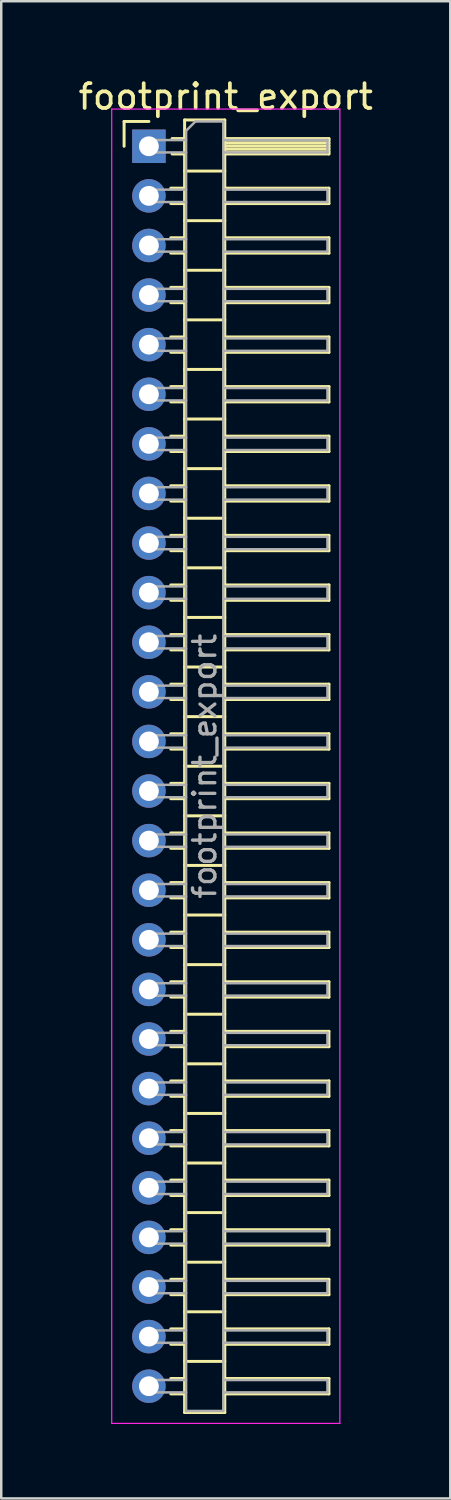
<source format=kicad_pcb>
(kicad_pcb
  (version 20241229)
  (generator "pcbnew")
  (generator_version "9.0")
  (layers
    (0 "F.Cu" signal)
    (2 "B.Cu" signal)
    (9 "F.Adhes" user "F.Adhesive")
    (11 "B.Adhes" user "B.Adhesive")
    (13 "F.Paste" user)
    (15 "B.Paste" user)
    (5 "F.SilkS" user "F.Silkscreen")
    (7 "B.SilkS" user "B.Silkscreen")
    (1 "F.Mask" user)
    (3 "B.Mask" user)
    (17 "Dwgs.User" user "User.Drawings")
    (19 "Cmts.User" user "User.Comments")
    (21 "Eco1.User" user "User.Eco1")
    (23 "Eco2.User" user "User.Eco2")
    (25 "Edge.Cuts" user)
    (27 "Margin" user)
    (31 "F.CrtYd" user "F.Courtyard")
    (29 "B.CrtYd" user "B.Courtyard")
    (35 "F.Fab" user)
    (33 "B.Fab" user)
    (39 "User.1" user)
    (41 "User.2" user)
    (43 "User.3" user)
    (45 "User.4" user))
  (footprint "footprint_export"
    (layer "F.Cu")
    (at 2.954 2.848)
    (property "Reference" "footprint_export" (at 3.1 -2 0) (layer "F.SilkS") (effects (font (size 1 1) (thickness 0.15))))
    (attr through_hole)
    (fp_line (start -1 -1) (end 0 -1) (stroke (width 0.12) (type solid)) (layer "F.SilkS"))
    (fp_line (start -1 0) (end -1 -1) (stroke (width 0.12) (type solid)) (layer "F.SilkS"))
    (fp_line (start 0.882 1.69) (end 1.44 1.69) (stroke (width 0.12) (type solid)) (layer "F.SilkS"))
    (fp_line (start 0.882 2.31) (end 1.44 2.31) (stroke (width 0.12) (type solid)) (layer "F.SilkS"))
    (fp_line (start 0.882 3.69) (end 1.44 3.69) (stroke (width 0.12) (type solid)) (layer "F.SilkS"))
    (fp_line (start 0.882 4.31) (end 1.44 4.31) (stroke (width 0.12) (type solid)) (layer "F.SilkS"))
    (fp_line (start 0.882 5.69) (end 1.44 5.69) (stroke (width 0.12) (type solid)) (layer "F.SilkS"))
    (fp_line (start 0.882 6.31) (end 1.44 6.31) (stroke (width 0.12) (type solid)) (layer "F.SilkS"))
    (fp_line (start 0.882 7.69) (end 1.44 7.69) (stroke (width 0.12) (type solid)) (layer "F.SilkS"))
    (fp_line (start 0.882 8.31) (end 1.44 8.31) (stroke (width 0.12) (type solid)) (layer "F.SilkS"))
    (fp_line (start 0.882 9.69) (end 1.44 9.69) (stroke (width 0.12) (type solid)) (layer "F.SilkS"))
    (fp_line (start 0.882 10.31) (end 1.44 10.31) (stroke (width 0.12) (type solid)) (layer "F.SilkS"))
    (fp_line (start 0.882 11.69) (end 1.44 11.69) (stroke (width 0.12) (type solid)) (layer "F.SilkS"))
    (fp_line (start 0.882 12.31) (end 1.44 12.31) (stroke (width 0.12) (type solid)) (layer "F.SilkS"))
    (fp_line (start 0.882 13.69) (end 1.44 13.69) (stroke (width 0.12) (type solid)) (layer "F.SilkS"))
    (fp_line (start 0.882 14.31) (end 1.44 14.31) (stroke (width 0.12) (type solid)) (layer "F.SilkS"))
    (fp_line (start 0.882 15.69) (end 1.44 15.69) (stroke (width 0.12) (type solid)) (layer "F.SilkS"))
    (fp_line (start 0.882 16.31) (end 1.44 16.31) (stroke (width 0.12) (type solid)) (layer "F.SilkS"))
    (fp_line (start 0.882 17.69) (end 1.44 17.69) (stroke (width 0.12) (type solid)) (layer "F.SilkS"))
    (fp_line (start 0.882 18.31) (end 1.44 18.31) (stroke (width 0.12) (type solid)) (layer "F.SilkS"))
    (fp_line (start 0.882 19.69) (end 1.44 19.69) (stroke (width 0.12) (type solid)) (layer "F.SilkS"))
    (fp_line (start 0.882 20.31) (end 1.44 20.31) (stroke (width 0.12) (type solid)) (layer "F.SilkS"))
    (fp_line (start 0.882 21.69) (end 1.44 21.69) (stroke (width 0.12) (type solid)) (layer "F.SilkS"))
    (fp_line (start 0.882 22.31) (end 1.44 22.31) (stroke (width 0.12) (type solid)) (layer "F.SilkS"))
    (fp_line (start 0.882 23.69) (end 1.44 23.69) (stroke (width 0.12) (type solid)) (layer "F.SilkS"))
    (fp_line (start 0.882 24.31) (end 1.44 24.31) (stroke (width 0.12) (type solid)) (layer "F.SilkS"))
    (fp_line (start 0.882 25.69) (end 1.44 25.69) (stroke (width 0.12) (type solid)) (layer "F.SilkS"))
    (fp_line (start 0.882 26.31) (end 1.44 26.31) (stroke (width 0.12) (type solid)) (layer "F.SilkS"))
    (fp_line (start 0.882 27.69) (end 1.44 27.69) (stroke (width 0.12) (type solid)) (layer "F.SilkS"))
    (fp_line (start 0.882 28.31) (end 1.44 28.31) (stroke (width 0.12) (type solid)) (layer "F.SilkS"))
    (fp_line (start 0.882 29.69) (end 1.44 29.69) (stroke (width 0.12) (type solid)) (layer "F.SilkS"))
    (fp_line (start 0.882 30.31) (end 1.44 30.31) (stroke (width 0.12) (type solid)) (layer "F.SilkS"))
    (fp_line (start 0.882 31.69) (end 1.44 31.69) (stroke (width 0.12) (type solid)) (layer "F.SilkS"))
    (fp_line (start 0.882 32.31) (end 1.44 32.31) (stroke (width 0.12) (type solid)) (layer "F.SilkS"))
    (fp_line (start 0.882 33.69) (end 1.44 33.69) (stroke (width 0.12) (type solid)) (layer "F.SilkS"))
    (fp_line (start 0.882 34.31) (end 1.44 34.31) (stroke (width 0.12) (type solid)) (layer "F.SilkS"))
    (fp_line (start 0.882 35.69) (end 1.44 35.69) (stroke (width 0.12) (type solid)) (layer "F.SilkS"))
    (fp_line (start 0.882 36.31) (end 1.44 36.31) (stroke (width 0.12) (type solid)) (layer "F.SilkS"))
    (fp_line (start 0.882 37.69) (end 1.44 37.69) (stroke (width 0.12) (type solid)) (layer "F.SilkS"))
    (fp_line (start 0.882 38.31) (end 1.44 38.31) (stroke (width 0.12) (type solid)) (layer "F.SilkS"))
    (fp_line (start 0.882 39.69) (end 1.44 39.69) (stroke (width 0.12) (type solid)) (layer "F.SilkS"))
    (fp_line (start 0.882 40.31) (end 1.44 40.31) (stroke (width 0.12) (type solid)) (layer "F.SilkS"))
    (fp_line (start 0.882 41.69) (end 1.44 41.69) (stroke (width 0.12) (type solid)) (layer "F.SilkS"))
    (fp_line (start 0.882 42.31) (end 1.44 42.31) (stroke (width 0.12) (type solid)) (layer "F.SilkS"))
    (fp_line (start 0.882 43.69) (end 1.44 43.69) (stroke (width 0.12) (type solid)) (layer "F.SilkS"))
    (fp_line (start 0.882 44.31) (end 1.44 44.31) (stroke (width 0.12) (type solid)) (layer "F.SilkS"))
    (fp_line (start 0.882 45.69) (end 1.44 45.69) (stroke (width 0.12) (type solid)) (layer "F.SilkS"))
    (fp_line (start 0.882 46.31) (end 1.44 46.31) (stroke (width 0.12) (type solid)) (layer "F.SilkS"))
    (fp_line (start 0.882 47.69) (end 1.44 47.69) (stroke (width 0.12) (type solid)) (layer "F.SilkS"))
    (fp_line (start 0.882 48.31) (end 1.44 48.31) (stroke (width 0.12) (type solid)) (layer "F.SilkS"))
    (fp_line (start 0.882 49.69) (end 1.44 49.69) (stroke (width 0.12) (type solid)) (layer "F.SilkS"))
    (fp_line (start 0.882 50.31) (end 1.44 50.31) (stroke (width 0.12) (type solid)) (layer "F.SilkS"))
    (fp_line (start 0.935 -0.31) (end 1.44 -0.31) (stroke (width 0.12) (type solid)) (layer "F.SilkS"))
    (fp_line (start 0.935 0.31) (end 1.44 0.31) (stroke (width 0.12) (type solid)) (layer "F.SilkS"))
    (fp_line (start 1.44 -1.06) (end 1.44 51.06) (stroke (width 0.12) (type solid)) (layer "F.SilkS"))
    (fp_line (start 1.44 1) (end 3.06 1) (stroke (width 0.12) (type solid)) (layer "F.SilkS"))
    (fp_line (start 1.44 3) (end 3.06 3) (stroke (width 0.12) (type solid)) (layer "F.SilkS"))
    (fp_line (start 1.44 5) (end 3.06 5) (stroke (width 0.12) (type solid)) (layer "F.SilkS"))
    (fp_line (start 1.44 7) (end 3.06 7) (stroke (width 0.12) (type solid)) (layer "F.SilkS"))
    (fp_line (start 1.44 9) (end 3.06 9) (stroke (width 0.12) (type solid)) (layer "F.SilkS"))
    (fp_line (start 1.44 11) (end 3.06 11) (stroke (width 0.12) (type solid)) (layer "F.SilkS"))
    (fp_line (start 1.44 13) (end 3.06 13) (stroke (width 0.12) (type solid)) (layer "F.SilkS"))
    (fp_line (start 1.44 15) (end 3.06 15) (stroke (width 0.12) (type solid)) (layer "F.SilkS"))
    (fp_line (start 1.44 17) (end 3.06 17) (stroke (width 0.12) (type solid)) (layer "F.SilkS"))
    (fp_line (start 1.44 19) (end 3.06 19) (stroke (width 0.12) (type solid)) (layer "F.SilkS"))
    (fp_line (start 1.44 21) (end 3.06 21) (stroke (width 0.12) (type solid)) (layer "F.SilkS"))
    (fp_line (start 1.44 23) (end 3.06 23) (stroke (width 0.12) (type solid)) (layer "F.SilkS"))
    (fp_line (start 1.44 25) (end 3.06 25) (stroke (width 0.12) (type solid)) (layer "F.SilkS"))
    (fp_line (start 1.44 27) (end 3.06 27) (stroke (width 0.12) (type solid)) (layer "F.SilkS"))
    (fp_line (start 1.44 29) (end 3.06 29) (stroke (width 0.12) (type solid)) (layer "F.SilkS"))
    (fp_line (start 1.44 31) (end 3.06 31) (stroke (width 0.12) (type solid)) (layer "F.SilkS"))
    (fp_line (start 1.44 33) (end 3.06 33) (stroke (width 0.12) (type solid)) (layer "F.SilkS"))
    (fp_line (start 1.44 35) (end 3.06 35) (stroke (width 0.12) (type solid)) (layer "F.SilkS"))
    (fp_line (start 1.44 37) (end 3.06 37) (stroke (width 0.12) (type solid)) (layer "F.SilkS"))
    (fp_line (start 1.44 39) (end 3.06 39) (stroke (width 0.12) (type solid)) (layer "F.SilkS"))
    (fp_line (start 1.44 41) (end 3.06 41) (stroke (width 0.12) (type solid)) (layer "F.SilkS"))
    (fp_line (start 1.44 43) (end 3.06 43) (stroke (width 0.12) (type solid)) (layer "F.SilkS"))
    (fp_line (start 1.44 45) (end 3.06 45) (stroke (width 0.12) (type solid)) (layer "F.SilkS"))
    (fp_line (start 1.44 47) (end 3.06 47) (stroke (width 0.12) (type solid)) (layer "F.SilkS"))
    (fp_line (start 1.44 49) (end 3.06 49) (stroke (width 0.12) (type solid)) (layer "F.SilkS"))
    (fp_line (start 1.44 51.06) (end 3.06 51.06) (stroke (width 0.12) (type solid)) (layer "F.SilkS"))
    (fp_line (start 3.06 -1.06) (end 1.44 -1.06) (stroke (width 0.12) (type solid)) (layer "F.SilkS"))
    (fp_line (start 3.06 -0.31) (end 7.26 -0.31) (stroke (width 0.12) (type solid)) (layer "F.SilkS"))
    (fp_line (start 3.06 -0.25) (end 7.26 -0.25) (stroke (width 0.12) (type solid)) (layer "F.SilkS"))
    (fp_line (start 3.06 -0.13) (end 7.26 -0.13) (stroke (width 0.12) (type solid)) (layer "F.SilkS"))
    (fp_line (start 3.06 -0.01) (end 7.26 -0.01) (stroke (width 0.12) (type solid)) (layer "F.SilkS"))
    (fp_line (start 3.06 0.11) (end 7.26 0.11) (stroke (width 0.12) (type solid)) (layer "F.SilkS"))
    (fp_line (start 3.06 0.23) (end 7.26 0.23) (stroke (width 0.12) (type solid)) (layer "F.SilkS"))
    (fp_line (start 3.06 1.69) (end 7.26 1.69) (stroke (width 0.12) (type solid)) (layer "F.SilkS"))
    (fp_line (start 3.06 3.69) (end 7.26 3.69) (stroke (width 0.12) (type solid)) (layer "F.SilkS"))
    (fp_line (start 3.06 5.69) (end 7.26 5.69) (stroke (width 0.12) (type solid)) (layer "F.SilkS"))
    (fp_line (start 3.06 7.69) (end 7.26 7.69) (stroke (width 0.12) (type solid)) (layer "F.SilkS"))
    (fp_line (start 3.06 9.69) (end 7.26 9.69) (stroke (width 0.12) (type solid)) (layer "F.SilkS"))
    (fp_line (start 3.06 11.69) (end 7.26 11.69) (stroke (width 0.12) (type solid)) (layer "F.SilkS"))
    (fp_line (start 3.06 13.69) (end 7.26 13.69) (stroke (width 0.12) (type solid)) (layer "F.SilkS"))
    (fp_line (start 3.06 15.69) (end 7.26 15.69) (stroke (width 0.12) (type solid)) (layer "F.SilkS"))
    (fp_line (start 3.06 17.69) (end 7.26 17.69) (stroke (width 0.12) (type solid)) (layer "F.SilkS"))
    (fp_line (start 3.06 19.69) (end 7.26 19.69) (stroke (width 0.12) (type solid)) (layer "F.SilkS"))
    (fp_line (start 3.06 21.69) (end 7.26 21.69) (stroke (width 0.12) (type solid)) (layer "F.SilkS"))
    (fp_line (start 3.06 23.69) (end 7.26 23.69) (stroke (width 0.12) (type solid)) (layer "F.SilkS"))
    (fp_line (start 3.06 25.69) (end 7.26 25.69) (stroke (width 0.12) (type solid)) (layer "F.SilkS"))
    (fp_line (start 3.06 27.69) (end 7.26 27.69) (stroke (width 0.12) (type solid)) (layer "F.SilkS"))
    (fp_line (start 3.06 29.69) (end 7.26 29.69) (stroke (width 0.12) (type solid)) (layer "F.SilkS"))
    (fp_line (start 3.06 31.69) (end 7.26 31.69) (stroke (width 0.12) (type solid)) (layer "F.SilkS"))
    (fp_line (start 3.06 33.69) (end 7.26 33.69) (stroke (width 0.12) (type solid)) (layer "F.SilkS"))
    (fp_line (start 3.06 35.69) (end 7.26 35.69) (stroke (width 0.12) (type solid)) (layer "F.SilkS"))
    (fp_line (start 3.06 37.69) (end 7.26 37.69) (stroke (width 0.12) (type solid)) (layer "F.SilkS"))
    (fp_line (start 3.06 39.69) (end 7.26 39.69) (stroke (width 0.12) (type solid)) (layer "F.SilkS"))
    (fp_line (start 3.06 41.69) (end 7.26 41.69) (stroke (width 0.12) (type solid)) (layer "F.SilkS"))
    (fp_line (start 3.06 43.69) (end 7.26 43.69) (stroke (width 0.12) (type solid)) (layer "F.SilkS"))
    (fp_line (start 3.06 45.69) (end 7.26 45.69) (stroke (width 0.12) (type solid)) (layer "F.SilkS"))
    (fp_line (start 3.06 47.69) (end 7.26 47.69) (stroke (width 0.12) (type solid)) (layer "F.SilkS"))
    (fp_line (start 3.06 49.69) (end 7.26 49.69) (stroke (width 0.12) (type solid)) (layer "F.SilkS"))
    (fp_line (start 3.06 51.06) (end 3.06 -1.06) (stroke (width 0.12) (type solid)) (layer "F.SilkS"))
    (fp_line (start 7.26 -0.31) (end 7.26 0.31) (stroke (width 0.12) (type solid)) (layer "F.SilkS"))
    (fp_line (start 7.26 0.31) (end 3.06 0.31) (stroke (width 0.12) (type solid)) (layer "F.SilkS"))
    (fp_line (start 7.26 1.69) (end 7.26 2.31) (stroke (width 0.12) (type solid)) (layer "F.SilkS"))
    (fp_line (start 7.26 2.31) (end 3.06 2.31) (stroke (width 0.12) (type solid)) (layer "F.SilkS"))
    (fp_line (start 7.26 3.69) (end 7.26 4.31) (stroke (width 0.12) (type solid)) (layer "F.SilkS"))
    (fp_line (start 7.26 4.31) (end 3.06 4.31) (stroke (width 0.12) (type solid)) (layer "F.SilkS"))
    (fp_line (start 7.26 5.69) (end 7.26 6.31) (stroke (width 0.12) (type solid)) (layer "F.SilkS"))
    (fp_line (start 7.26 6.31) (end 3.06 6.31) (stroke (width 0.12) (type solid)) (layer "F.SilkS"))
    (fp_line (start 7.26 7.69) (end 7.26 8.31) (stroke (width 0.12) (type solid)) (layer "F.SilkS"))
    (fp_line (start 7.26 8.31) (end 3.06 8.31) (stroke (width 0.12) (type solid)) (layer "F.SilkS"))
    (fp_line (start 7.26 9.69) (end 7.26 10.31) (stroke (width 0.12) (type solid)) (layer "F.SilkS"))
    (fp_line (start 7.26 10.31) (end 3.06 10.31) (stroke (width 0.12) (type solid)) (layer "F.SilkS"))
    (fp_line (start 7.26 11.69) (end 7.26 12.31) (stroke (width 0.12) (type solid)) (layer "F.SilkS"))
    (fp_line (start 7.26 12.31) (end 3.06 12.31) (stroke (width 0.12) (type solid)) (layer "F.SilkS"))
    (fp_line (start 7.26 13.69) (end 7.26 14.31) (stroke (width 0.12) (type solid)) (layer "F.SilkS"))
    (fp_line (start 7.26 14.31) (end 3.06 14.31) (stroke (width 0.12) (type solid)) (layer "F.SilkS"))
    (fp_line (start 7.26 15.69) (end 7.26 16.31) (stroke (width 0.12) (type solid)) (layer "F.SilkS"))
    (fp_line (start 7.26 16.31) (end 3.06 16.31) (stroke (width 0.12) (type solid)) (layer "F.SilkS"))
    (fp_line (start 7.26 17.69) (end 7.26 18.31) (stroke (width 0.12) (type solid)) (layer "F.SilkS"))
    (fp_line (start 7.26 18.31) (end 3.06 18.31) (stroke (width 0.12) (type solid)) (layer "F.SilkS"))
    (fp_line (start 7.26 19.69) (end 7.26 20.31) (stroke (width 0.12) (type solid)) (layer "F.SilkS"))
    (fp_line (start 7.26 20.31) (end 3.06 20.31) (stroke (width 0.12) (type solid)) (layer "F.SilkS"))
    (fp_line (start 7.26 21.69) (end 7.26 22.31) (stroke (width 0.12) (type solid)) (layer "F.SilkS"))
    (fp_line (start 7.26 22.31) (end 3.06 22.31) (stroke (width 0.12) (type solid)) (layer "F.SilkS"))
    (fp_line (start 7.26 23.69) (end 7.26 24.31) (stroke (width 0.12) (type solid)) (layer "F.SilkS"))
    (fp_line (start 7.26 24.31) (end 3.06 24.31) (stroke (width 0.12) (type solid)) (layer "F.SilkS"))
    (fp_line (start 7.26 25.69) (end 7.26 26.31) (stroke (width 0.12) (type solid)) (layer "F.SilkS"))
    (fp_line (start 7.26 26.31) (end 3.06 26.31) (stroke (width 0.12) (type solid)) (layer "F.SilkS"))
    (fp_line (start 7.26 27.69) (end 7.26 28.31) (stroke (width 0.12) (type solid)) (layer "F.SilkS"))
    (fp_line (start 7.26 28.31) (end 3.06 28.31) (stroke (width 0.12) (type solid)) (layer "F.SilkS"))
    (fp_line (start 7.26 29.69) (end 7.26 30.31) (stroke (width 0.12) (type solid)) (layer "F.SilkS"))
    (fp_line (start 7.26 30.31) (end 3.06 30.31) (stroke (width 0.12) (type solid)) (layer "F.SilkS"))
    (fp_line (start 7.26 31.69) (end 7.26 32.31) (stroke (width 0.12) (type solid)) (layer "F.SilkS"))
    (fp_line (start 7.26 32.31) (end 3.06 32.31) (stroke (width 0.12) (type solid)) (layer "F.SilkS"))
    (fp_line (start 7.26 33.69) (end 7.26 34.31) (stroke (width 0.12) (type solid)) (layer "F.SilkS"))
    (fp_line (start 7.26 34.31) (end 3.06 34.31) (stroke (width 0.12) (type solid)) (layer "F.SilkS"))
    (fp_line (start 7.26 35.69) (end 7.26 36.31) (stroke (width 0.12) (type solid)) (layer "F.SilkS"))
    (fp_line (start 7.26 36.31) (end 3.06 36.31) (stroke (width 0.12) (type solid)) (layer "F.SilkS"))
    (fp_line (start 7.26 37.69) (end 7.26 38.31) (stroke (width 0.12) (type solid)) (layer "F.SilkS"))
    (fp_line (start 7.26 38.31) (end 3.06 38.31) (stroke (width 0.12) (type solid)) (layer "F.SilkS"))
    (fp_line (start 7.26 39.69) (end 7.26 40.31) (stroke (width 0.12) (type solid)) (layer "F.SilkS"))
    (fp_line (start 7.26 40.31) (end 3.06 40.31) (stroke (width 0.12) (type solid)) (layer "F.SilkS"))
    (fp_line (start 7.26 41.69) (end 7.26 42.31) (stroke (width 0.12) (type solid)) (layer "F.SilkS"))
    (fp_line (start 7.26 42.31) (end 3.06 42.31) (stroke (width 0.12) (type solid)) (layer "F.SilkS"))
    (fp_line (start 7.26 43.69) (end 7.26 44.31) (stroke (width 0.12) (type solid)) (layer "F.SilkS"))
    (fp_line (start 7.26 44.31) (end 3.06 44.31) (stroke (width 0.12) (type solid)) (layer "F.SilkS"))
    (fp_line (start 7.26 45.69) (end 7.26 46.31) (stroke (width 0.12) (type solid)) (layer "F.SilkS"))
    (fp_line (start 7.26 46.31) (end 3.06 46.31) (stroke (width 0.12) (type solid)) (layer "F.SilkS"))
    (fp_line (start 7.26 47.69) (end 7.26 48.31) (stroke (width 0.12) (type solid)) (layer "F.SilkS"))
    (fp_line (start 7.26 48.31) (end 3.06 48.31) (stroke (width 0.12) (type solid)) (layer "F.SilkS"))
    (fp_line (start 7.26 49.69) (end 7.26 50.31) (stroke (width 0.12) (type solid)) (layer "F.SilkS"))
    (fp_line (start 7.26 50.31) (end 3.06 50.31) (stroke (width 0.12) (type solid)) (layer "F.SilkS"))
    (fp_line (start -1.5 -1.5) (end -1.5 51.5) (stroke (width 0.05) (type solid)) (layer "F.CrtYd"))
    (fp_line (start -1.5 51.5) (end 7.7 51.5) (stroke (width 0.05) (type solid)) (layer "F.CrtYd"))
    (fp_line (start 7.7 -1.5) (end -1.5 -1.5) (stroke (width 0.05) (type solid)) (layer "F.CrtYd"))
    (fp_line (start 7.7 51.5) (end 7.7 -1.5) (stroke (width 0.05) (type solid)) (layer "F.CrtYd"))
    (fp_line (start -0.25 -0.25) (end -0.25 0.25) (stroke (width 0.1) (type solid)) (layer "F.Fab"))
    (fp_line (start -0.25 -0.25) (end 1.5 -0.25) (stroke (width 0.1) (type solid)) (layer "F.Fab"))
    (fp_line (start -0.25 0.25) (end 1.5 0.25) (stroke (width 0.1) (type solid)) (layer "F.Fab"))
    (fp_line (start -0.25 1.75) (end -0.25 2.25) (stroke (width 0.1) (type solid)) (layer "F.Fab"))
    (fp_line (start -0.25 1.75) (end 1.5 1.75) (stroke (width 0.1) (type solid)) (layer "F.Fab"))
    (fp_line (start -0.25 2.25) (end 1.5 2.25) (stroke (width 0.1) (type solid)) (layer "F.Fab"))
    (fp_line (start -0.25 3.75) (end -0.25 4.25) (stroke (width 0.1) (type solid)) (layer "F.Fab"))
    (fp_line (start -0.25 3.75) (end 1.5 3.75) (stroke (width 0.1) (type solid)) (layer "F.Fab"))
    (fp_line (start -0.25 4.25) (end 1.5 4.25) (stroke (width 0.1) (type solid)) (layer "F.Fab"))
    (fp_line (start -0.25 5.75) (end -0.25 6.25) (stroke (width 0.1) (type solid)) (layer "F.Fab"))
    (fp_line (start -0.25 5.75) (end 1.5 5.75) (stroke (width 0.1) (type solid)) (layer "F.Fab"))
    (fp_line (start -0.25 6.25) (end 1.5 6.25) (stroke (width 0.1) (type solid)) (layer "F.Fab"))
    (fp_line (start -0.25 7.75) (end -0.25 8.25) (stroke (width 0.1) (type solid)) (layer "F.Fab"))
    (fp_line (start -0.25 7.75) (end 1.5 7.75) (stroke (width 0.1) (type solid)) (layer "F.Fab"))
    (fp_line (start -0.25 8.25) (end 1.5 8.25) (stroke (width 0.1) (type solid)) (layer "F.Fab"))
    (fp_line (start -0.25 9.75) (end -0.25 10.25) (stroke (width 0.1) (type solid)) (layer "F.Fab"))
    (fp_line (start -0.25 9.75) (end 1.5 9.75) (stroke (width 0.1) (type solid)) (layer "F.Fab"))
    (fp_line (start -0.25 10.25) (end 1.5 10.25) (stroke (width 0.1) (type solid)) (layer "F.Fab"))
    (fp_line (start -0.25 11.75) (end -0.25 12.25) (stroke (width 0.1) (type solid)) (layer "F.Fab"))
    (fp_line (start -0.25 11.75) (end 1.5 11.75) (stroke (width 0.1) (type solid)) (layer "F.Fab"))
    (fp_line (start -0.25 12.25) (end 1.5 12.25) (stroke (width 0.1) (type solid)) (layer "F.Fab"))
    (fp_line (start -0.25 13.75) (end -0.25 14.25) (stroke (width 0.1) (type solid)) (layer "F.Fab"))
    (fp_line (start -0.25 13.75) (end 1.5 13.75) (stroke (width 0.1) (type solid)) (layer "F.Fab"))
    (fp_line (start -0.25 14.25) (end 1.5 14.25) (stroke (width 0.1) (type solid)) (layer "F.Fab"))
    (fp_line (start -0.25 15.75) (end -0.25 16.25) (stroke (width 0.1) (type solid)) (layer "F.Fab"))
    (fp_line (start -0.25 15.75) (end 1.5 15.75) (stroke (width 0.1) (type solid)) (layer "F.Fab"))
    (fp_line (start -0.25 16.25) (end 1.5 16.25) (stroke (width 0.1) (type solid)) (layer "F.Fab"))
    (fp_line (start -0.25 17.75) (end -0.25 18.25) (stroke (width 0.1) (type solid)) (layer "F.Fab"))
    (fp_line (start -0.25 17.75) (end 1.5 17.75) (stroke (width 0.1) (type solid)) (layer "F.Fab"))
    (fp_line (start -0.25 18.25) (end 1.5 18.25) (stroke (width 0.1) (type solid)) (layer "F.Fab"))
    (fp_line (start -0.25 19.75) (end -0.25 20.25) (stroke (width 0.1) (type solid)) (layer "F.Fab"))
    (fp_line (start -0.25 19.75) (end 1.5 19.75) (stroke (width 0.1) (type solid)) (layer "F.Fab"))
    (fp_line (start -0.25 20.25) (end 1.5 20.25) (stroke (width 0.1) (type solid)) (layer "F.Fab"))
    (fp_line (start -0.25 21.75) (end -0.25 22.25) (stroke (width 0.1) (type solid)) (layer "F.Fab"))
    (fp_line (start -0.25 21.75) (end 1.5 21.75) (stroke (width 0.1) (type solid)) (layer "F.Fab"))
    (fp_line (start -0.25 22.25) (end 1.5 22.25) (stroke (width 0.1) (type solid)) (layer "F.Fab"))
    (fp_line (start -0.25 23.75) (end -0.25 24.25) (stroke (width 0.1) (type solid)) (layer "F.Fab"))
    (fp_line (start -0.25 23.75) (end 1.5 23.75) (stroke (width 0.1) (type solid)) (layer "F.Fab"))
    (fp_line (start -0.25 24.25) (end 1.5 24.25) (stroke (width 0.1) (type solid)) (layer "F.Fab"))
    (fp_line (start -0.25 25.75) (end -0.25 26.25) (stroke (width 0.1) (type solid)) (layer "F.Fab"))
    (fp_line (start -0.25 25.75) (end 1.5 25.75) (stroke (width 0.1) (type solid)) (layer "F.Fab"))
    (fp_line (start -0.25 26.25) (end 1.5 26.25) (stroke (width 0.1) (type solid)) (layer "F.Fab"))
    (fp_line (start -0.25 27.75) (end -0.25 28.25) (stroke (width 0.1) (type solid)) (layer "F.Fab"))
    (fp_line (start -0.25 27.75) (end 1.5 27.75) (stroke (width 0.1) (type solid)) (layer "F.Fab"))
    (fp_line (start -0.25 28.25) (end 1.5 28.25) (stroke (width 0.1) (type solid)) (layer "F.Fab"))
    (fp_line (start -0.25 29.75) (end -0.25 30.25) (stroke (width 0.1) (type solid)) (layer "F.Fab"))
    (fp_line (start -0.25 29.75) (end 1.5 29.75) (stroke (width 0.1) (type solid)) (layer "F.Fab"))
    (fp_line (start -0.25 30.25) (end 1.5 30.25) (stroke (width 0.1) (type solid)) (layer "F.Fab"))
    (fp_line (start -0.25 31.75) (end -0.25 32.25) (stroke (width 0.1) (type solid)) (layer "F.Fab"))
    (fp_line (start -0.25 31.75) (end 1.5 31.75) (stroke (width 0.1) (type solid)) (layer "F.Fab"))
    (fp_line (start -0.25 32.25) (end 1.5 32.25) (stroke (width 0.1) (type solid)) (layer "F.Fab"))
    (fp_line (start -0.25 33.75) (end -0.25 34.25) (stroke (width 0.1) (type solid)) (layer "F.Fab"))
    (fp_line (start -0.25 33.75) (end 1.5 33.75) (stroke (width 0.1) (type solid)) (layer "F.Fab"))
    (fp_line (start -0.25 34.25) (end 1.5 34.25) (stroke (width 0.1) (type solid)) (layer "F.Fab"))
    (fp_line (start -0.25 35.75) (end -0.25 36.25) (stroke (width 0.1) (type solid)) (layer "F.Fab"))
    (fp_line (start -0.25 35.75) (end 1.5 35.75) (stroke (width 0.1) (type solid)) (layer "F.Fab"))
    (fp_line (start -0.25 36.25) (end 1.5 36.25) (stroke (width 0.1) (type solid)) (layer "F.Fab"))
    (fp_line (start -0.25 37.75) (end -0.25 38.25) (stroke (width 0.1) (type solid)) (layer "F.Fab"))
    (fp_line (start -0.25 37.75) (end 1.5 37.75) (stroke (width 0.1) (type solid)) (layer "F.Fab"))
    (fp_line (start -0.25 38.25) (end 1.5 38.25) (stroke (width 0.1) (type solid)) (layer "F.Fab"))
    (fp_line (start -0.25 39.75) (end -0.25 40.25) (stroke (width 0.1) (type solid)) (layer "F.Fab"))
    (fp_line (start -0.25 39.75) (end 1.5 39.75) (stroke (width 0.1) (type solid)) (layer "F.Fab"))
    (fp_line (start -0.25 40.25) (end 1.5 40.25) (stroke (width 0.1) (type solid)) (layer "F.Fab"))
    (fp_line (start -0.25 41.75) (end -0.25 42.25) (stroke (width 0.1) (type solid)) (layer "F.Fab"))
    (fp_line (start -0.25 41.75) (end 1.5 41.75) (stroke (width 0.1) (type solid)) (layer "F.Fab"))
    (fp_line (start -0.25 42.25) (end 1.5 42.25) (stroke (width 0.1) (type solid)) (layer "F.Fab"))
    (fp_line (start -0.25 43.75) (end -0.25 44.25) (stroke (width 0.1) (type solid)) (layer "F.Fab"))
    (fp_line (start -0.25 43.75) (end 1.5 43.75) (stroke (width 0.1) (type solid)) (layer "F.Fab"))
    (fp_line (start -0.25 44.25) (end 1.5 44.25) (stroke (width 0.1) (type solid)) (layer "F.Fab"))
    (fp_line (start -0.25 45.75) (end -0.25 46.25) (stroke (width 0.1) (type solid)) (layer "F.Fab"))
    (fp_line (start -0.25 45.75) (end 1.5 45.75) (stroke (width 0.1) (type solid)) (layer "F.Fab"))
    (fp_line (start -0.25 46.25) (end 1.5 46.25) (stroke (width 0.1) (type solid)) (layer "F.Fab"))
    (fp_line (start -0.25 47.75) (end -0.25 48.25) (stroke (width 0.1) (type solid)) (layer "F.Fab"))
    (fp_line (start -0.25 47.75) (end 1.5 47.75) (stroke (width 0.1) (type solid)) (layer "F.Fab"))
    (fp_line (start -0.25 48.25) (end 1.5 48.25) (stroke (width 0.1) (type solid)) (layer "F.Fab"))
    (fp_line (start -0.25 49.75) (end -0.25 50.25) (stroke (width 0.1) (type solid)) (layer "F.Fab"))
    (fp_line (start -0.25 49.75) (end 1.5 49.75) (stroke (width 0.1) (type solid)) (layer "F.Fab"))
    (fp_line (start -0.25 50.25) (end 1.5 50.25) (stroke (width 0.1) (type solid)) (layer "F.Fab"))
    (fp_line (start 1.5 -0.625) (end 1.875 -1) (stroke (width 0.1) (type solid)) (layer "F.Fab"))
    (fp_line (start 1.5 51) (end 1.5 -0.625) (stroke (width 0.1) (type solid)) (layer "F.Fab"))
    (fp_line (start 1.875 -1) (end 3 -1) (stroke (width 0.1) (type solid)) (layer "F.Fab"))
    (fp_line (start 3 -1) (end 3 51) (stroke (width 0.1) (type solid)) (layer "F.Fab"))
    (fp_line (start 3 -0.25) (end 7.2 -0.25) (stroke (width 0.1) (type solid)) (layer "F.Fab"))
    (fp_line (start 3 0.25) (end 7.2 0.25) (stroke (width 0.1) (type solid)) (layer "F.Fab"))
    (fp_line (start 3 1.75) (end 7.2 1.75) (stroke (width 0.1) (type solid)) (layer "F.Fab"))
    (fp_line (start 3 2.25) (end 7.2 2.25) (stroke (width 0.1) (type solid)) (layer "F.Fab"))
    (fp_line (start 3 3.75) (end 7.2 3.75) (stroke (width 0.1) (type solid)) (layer "F.Fab"))
    (fp_line (start 3 4.25) (end 7.2 4.25) (stroke (width 0.1) (type solid)) (layer "F.Fab"))
    (fp_line (start 3 5.75) (end 7.2 5.75) (stroke (width 0.1) (type solid)) (layer "F.Fab"))
    (fp_line (start 3 6.25) (end 7.2 6.25) (stroke (width 0.1) (type solid)) (layer "F.Fab"))
    (fp_line (start 3 7.75) (end 7.2 7.75) (stroke (width 0.1) (type solid)) (layer "F.Fab"))
    (fp_line (start 3 8.25) (end 7.2 8.25) (stroke (width 0.1) (type solid)) (layer "F.Fab"))
    (fp_line (start 3 9.75) (end 7.2 9.75) (stroke (width 0.1) (type solid)) (layer "F.Fab"))
    (fp_line (start 3 10.25) (end 7.2 10.25) (stroke (width 0.1) (type solid)) (layer "F.Fab"))
    (fp_line (start 3 11.75) (end 7.2 11.75) (stroke (width 0.1) (type solid)) (layer "F.Fab"))
    (fp_line (start 3 12.25) (end 7.2 12.25) (stroke (width 0.1) (type solid)) (layer "F.Fab"))
    (fp_line (start 3 13.75) (end 7.2 13.75) (stroke (width 0.1) (type solid)) (layer "F.Fab"))
    (fp_line (start 3 14.25) (end 7.2 14.25) (stroke (width 0.1) (type solid)) (layer "F.Fab"))
    (fp_line (start 3 15.75) (end 7.2 15.75) (stroke (width 0.1) (type solid)) (layer "F.Fab"))
    (fp_line (start 3 16.25) (end 7.2 16.25) (stroke (width 0.1) (type solid)) (layer "F.Fab"))
    (fp_line (start 3 17.75) (end 7.2 17.75) (stroke (width 0.1) (type solid)) (layer "F.Fab"))
    (fp_line (start 3 18.25) (end 7.2 18.25) (stroke (width 0.1) (type solid)) (layer "F.Fab"))
    (fp_line (start 3 19.75) (end 7.2 19.75) (stroke (width 0.1) (type solid)) (layer "F.Fab"))
    (fp_line (start 3 20.25) (end 7.2 20.25) (stroke (width 0.1) (type solid)) (layer "F.Fab"))
    (fp_line (start 3 21.75) (end 7.2 21.75) (stroke (width 0.1) (type solid)) (layer "F.Fab"))
    (fp_line (start 3 22.25) (end 7.2 22.25) (stroke (width 0.1) (type solid)) (layer "F.Fab"))
    (fp_line (start 3 23.75) (end 7.2 23.75) (stroke (width 0.1) (type solid)) (layer "F.Fab"))
    (fp_line (start 3 24.25) (end 7.2 24.25) (stroke (width 0.1) (type solid)) (layer "F.Fab"))
    (fp_line (start 3 25.75) (end 7.2 25.75) (stroke (width 0.1) (type solid)) (layer "F.Fab"))
    (fp_line (start 3 26.25) (end 7.2 26.25) (stroke (width 0.1) (type solid)) (layer "F.Fab"))
    (fp_line (start 3 27.75) (end 7.2 27.75) (stroke (width 0.1) (type solid)) (layer "F.Fab"))
    (fp_line (start 3 28.25) (end 7.2 28.25) (stroke (width 0.1) (type solid)) (layer "F.Fab"))
    (fp_line (start 3 29.75) (end 7.2 29.75) (stroke (width 0.1) (type solid)) (layer "F.Fab"))
    (fp_line (start 3 30.25) (end 7.2 30.25) (stroke (width 0.1) (type solid)) (layer "F.Fab"))
    (fp_line (start 3 31.75) (end 7.2 31.75) (stroke (width 0.1) (type solid)) (layer "F.Fab"))
    (fp_line (start 3 32.25) (end 7.2 32.25) (stroke (width 0.1) (type solid)) (layer "F.Fab"))
    (fp_line (start 3 33.75) (end 7.2 33.75) (stroke (width 0.1) (type solid)) (layer "F.Fab"))
    (fp_line (start 3 34.25) (end 7.2 34.25) (stroke (width 0.1) (type solid)) (layer "F.Fab"))
    (fp_line (start 3 35.75) (end 7.2 35.75) (stroke (width 0.1) (type solid)) (layer "F.Fab"))
    (fp_line (start 3 36.25) (end 7.2 36.25) (stroke (width 0.1) (type solid)) (layer "F.Fab"))
    (fp_line (start 3 37.75) (end 7.2 37.75) (stroke (width 0.1) (type solid)) (layer "F.Fab"))
    (fp_line (start 3 38.25) (end 7.2 38.25) (stroke (width 0.1) (type solid)) (layer "F.Fab"))
    (fp_line (start 3 39.75) (end 7.2 39.75) (stroke (width 0.1) (type solid)) (layer "F.Fab"))
    (fp_line (start 3 40.25) (end 7.2 40.25) (stroke (width 0.1) (type solid)) (layer "F.Fab"))
    (fp_line (start 3 41.75) (end 7.2 41.75) (stroke (width 0.1) (type solid)) (layer "F.Fab"))
    (fp_line (start 3 42.25) (end 7.2 42.25) (stroke (width 0.1) (type solid)) (layer "F.Fab"))
    (fp_line (start 3 43.75) (end 7.2 43.75) (stroke (width 0.1) (type solid)) (layer "F.Fab"))
    (fp_line (start 3 44.25) (end 7.2 44.25) (stroke (width 0.1) (type solid)) (layer "F.Fab"))
    (fp_line (start 3 45.75) (end 7.2 45.75) (stroke (width 0.1) (type solid)) (layer "F.Fab"))
    (fp_line (start 3 46.25) (end 7.2 46.25) (stroke (width 0.1) (type solid)) (layer "F.Fab"))
    (fp_line (start 3 47.75) (end 7.2 47.75) (stroke (width 0.1) (type solid)) (layer "F.Fab"))
    (fp_line (start 3 48.25) (end 7.2 48.25) (stroke (width 0.1) (type solid)) (layer "F.Fab"))
    (fp_line (start 3 49.75) (end 7.2 49.75) (stroke (width 0.1) (type solid)) (layer "F.Fab"))
    (fp_line (start 3 50.25) (end 7.2 50.25) (stroke (width 0.1) (type solid)) (layer "F.Fab"))
    (fp_line (start 3 51) (end 1.5 51) (stroke (width 0.1) (type solid)) (layer "F.Fab"))
    (fp_line (start 7.2 -0.25) (end 7.2 0.25) (stroke (width 0.1) (type solid)) (layer "F.Fab"))
    (fp_line (start 7.2 1.75) (end 7.2 2.25) (stroke (width 0.1) (type solid)) (layer "F.Fab"))
    (fp_line (start 7.2 3.75) (end 7.2 4.25) (stroke (width 0.1) (type solid)) (layer "F.Fab"))
    (fp_line (start 7.2 5.75) (end 7.2 6.25) (stroke (width 0.1) (type solid)) (layer "F.Fab"))
    (fp_line (start 7.2 7.75) (end 7.2 8.25) (stroke (width 0.1) (type solid)) (layer "F.Fab"))
    (fp_line (start 7.2 9.75) (end 7.2 10.25) (stroke (width 0.1) (type solid)) (layer "F.Fab"))
    (fp_line (start 7.2 11.75) (end 7.2 12.25) (stroke (width 0.1) (type solid)) (layer "F.Fab"))
    (fp_line (start 7.2 13.75) (end 7.2 14.25) (stroke (width 0.1) (type solid)) (layer "F.Fab"))
    (fp_line (start 7.2 15.75) (end 7.2 16.25) (stroke (width 0.1) (type solid)) (layer "F.Fab"))
    (fp_line (start 7.2 17.75) (end 7.2 18.25) (stroke (width 0.1) (type solid)) (layer "F.Fab"))
    (fp_line (start 7.2 19.75) (end 7.2 20.25) (stroke (width 0.1) (type solid)) (layer "F.Fab"))
    (fp_line (start 7.2 21.75) (end 7.2 22.25) (stroke (width 0.1) (type solid)) (layer "F.Fab"))
    (fp_line (start 7.2 23.75) (end 7.2 24.25) (stroke (width 0.1) (type solid)) (layer "F.Fab"))
    (fp_line (start 7.2 25.75) (end 7.2 26.25) (stroke (width 0.1) (type solid)) (layer "F.Fab"))
    (fp_line (start 7.2 27.75) (end 7.2 28.25) (stroke (width 0.1) (type solid)) (layer "F.Fab"))
    (fp_line (start 7.2 29.75) (end 7.2 30.25) (stroke (width 0.1) (type solid)) (layer "F.Fab"))
    (fp_line (start 7.2 31.75) (end 7.2 32.25) (stroke (width 0.1) (type solid)) (layer "F.Fab"))
    (fp_line (start 7.2 33.75) (end 7.2 34.25) (stroke (width 0.1) (type solid)) (layer "F.Fab"))
    (fp_line (start 7.2 35.75) (end 7.2 36.25) (stroke (width 0.1) (type solid)) (layer "F.Fab"))
    (fp_line (start 7.2 37.75) (end 7.2 38.25) (stroke (width 0.1) (type solid)) (layer "F.Fab"))
    (fp_line (start 7.2 39.75) (end 7.2 40.25) (stroke (width 0.1) (type solid)) (layer "F.Fab"))
    (fp_line (start 7.2 41.75) (end 7.2 42.25) (stroke (width 0.1) (type solid)) (layer "F.Fab"))
    (fp_line (start 7.2 43.75) (end 7.2 44.25) (stroke (width 0.1) (type solid)) (layer "F.Fab"))
    (fp_line (start 7.2 45.75) (end 7.2 46.25) (stroke (width 0.1) (type solid)) (layer "F.Fab"))
    (fp_line (start 7.2 47.75) (end 7.2 48.25) (stroke (width 0.1) (type solid)) (layer "F.Fab"))
    (fp_line (start 7.2 49.75) (end 7.2 50.25) (stroke (width 0.1) (type solid)) (layer "F.Fab"))
    (fp_text user "${REFERENCE}" (at 2.25 25 90) (layer "F.Fab") (effects (font (size 0.9 0.9) (thickness 0.135))))
    (pad "1" thru_hole rect (at 0 0) (size 1.35 1.35) (drill 0.8) (layers "*.Cu" "*.Mask"))
    (pad "2" thru_hole oval (at 0 2) (size 1.35 1.35) (drill 0.8) (layers "*.Cu" "*.Mask"))
    (pad "3" thru_hole oval (at 0 4) (size 1.35 1.35) (drill 0.8) (layers "*.Cu" "*.Mask"))
    (pad "4" thru_hole oval (at 0 6) (size 1.35 1.35) (drill 0.8) (layers "*.Cu" "*.Mask"))
    (pad "5" thru_hole oval (at 0 8) (size 1.35 1.35) (drill 0.8) (layers "*.Cu" "*.Mask"))
    (pad "6" thru_hole oval (at 0 10) (size 1.35 1.35) (drill 0.8) (layers "*.Cu" "*.Mask"))
    (pad "7" thru_hole oval (at 0 12) (size 1.35 1.35) (drill 0.8) (layers "*.Cu" "*.Mask"))
    (pad "8" thru_hole oval (at 0 14) (size 1.35 1.35) (drill 0.8) (layers "*.Cu" "*.Mask"))
    (pad "9" thru_hole oval (at 0 16) (size 1.35 1.35) (drill 0.8) (layers "*.Cu" "*.Mask"))
    (pad "10" thru_hole oval (at 0 18) (size 1.35 1.35) (drill 0.8) (layers "*.Cu" "*.Mask"))
    (pad "11" thru_hole oval (at 0 20) (size 1.35 1.35) (drill 0.8) (layers "*.Cu" "*.Mask"))
    (pad "12" thru_hole oval (at 0 22) (size 1.35 1.35) (drill 0.8) (layers "*.Cu" "*.Mask"))
    (pad "13" thru_hole oval (at 0 24) (size 1.35 1.35) (drill 0.8) (layers "*.Cu" "*.Mask"))
    (pad "14" thru_hole oval (at 0 26) (size 1.35 1.35) (drill 0.8) (layers "*.Cu" "*.Mask"))
    (pad "15" thru_hole oval (at 0 28) (size 1.35 1.35) (drill 0.8) (layers "*.Cu" "*.Mask"))
    (pad "16" thru_hole oval (at 0 30) (size 1.35 1.35) (drill 0.8) (layers "*.Cu" "*.Mask"))
    (pad "17" thru_hole oval (at 0 32) (size 1.35 1.35) (drill 0.8) (layers "*.Cu" "*.Mask"))
    (pad "18" thru_hole oval (at 0 34) (size 1.35 1.35) (drill 0.8) (layers "*.Cu" "*.Mask"))
    (pad "19" thru_hole oval (at 0 36) (size 1.35 1.35) (drill 0.8) (layers "*.Cu" "*.Mask"))
    (pad "20" thru_hole oval (at 0 38) (size 1.35 1.35) (drill 0.8) (layers "*.Cu" "*.Mask"))
    (pad "21" thru_hole oval (at 0 40) (size 1.35 1.35) (drill 0.8) (layers "*.Cu" "*.Mask"))
    (pad "22" thru_hole oval (at 0 42) (size 1.35 1.35) (drill 0.8) (layers "*.Cu" "*.Mask"))
    (pad "23" thru_hole oval (at 0 44) (size 1.35 1.35) (drill 0.8) (layers "*.Cu" "*.Mask"))
    (pad "24" thru_hole oval (at 0 46) (size 1.35 1.35) (drill 0.8) (layers "*.Cu" "*.Mask"))
    (pad "25" thru_hole oval (at 0 48) (size 1.35 1.35) (drill 0.8) (layers "*.Cu" "*.Mask"))
    (pad "26" thru_hole oval (at 0 50) (size 1.35 1.35) (drill 0.8) (layers "*.Cu" "*.Mask")))
  (gr_rect
    (start -3 -3)
    (end 15.107 57.373)
    (stroke (width 0.1) (type default))
    (fill no)
    (layer "Edge.Cuts")))
</source>
